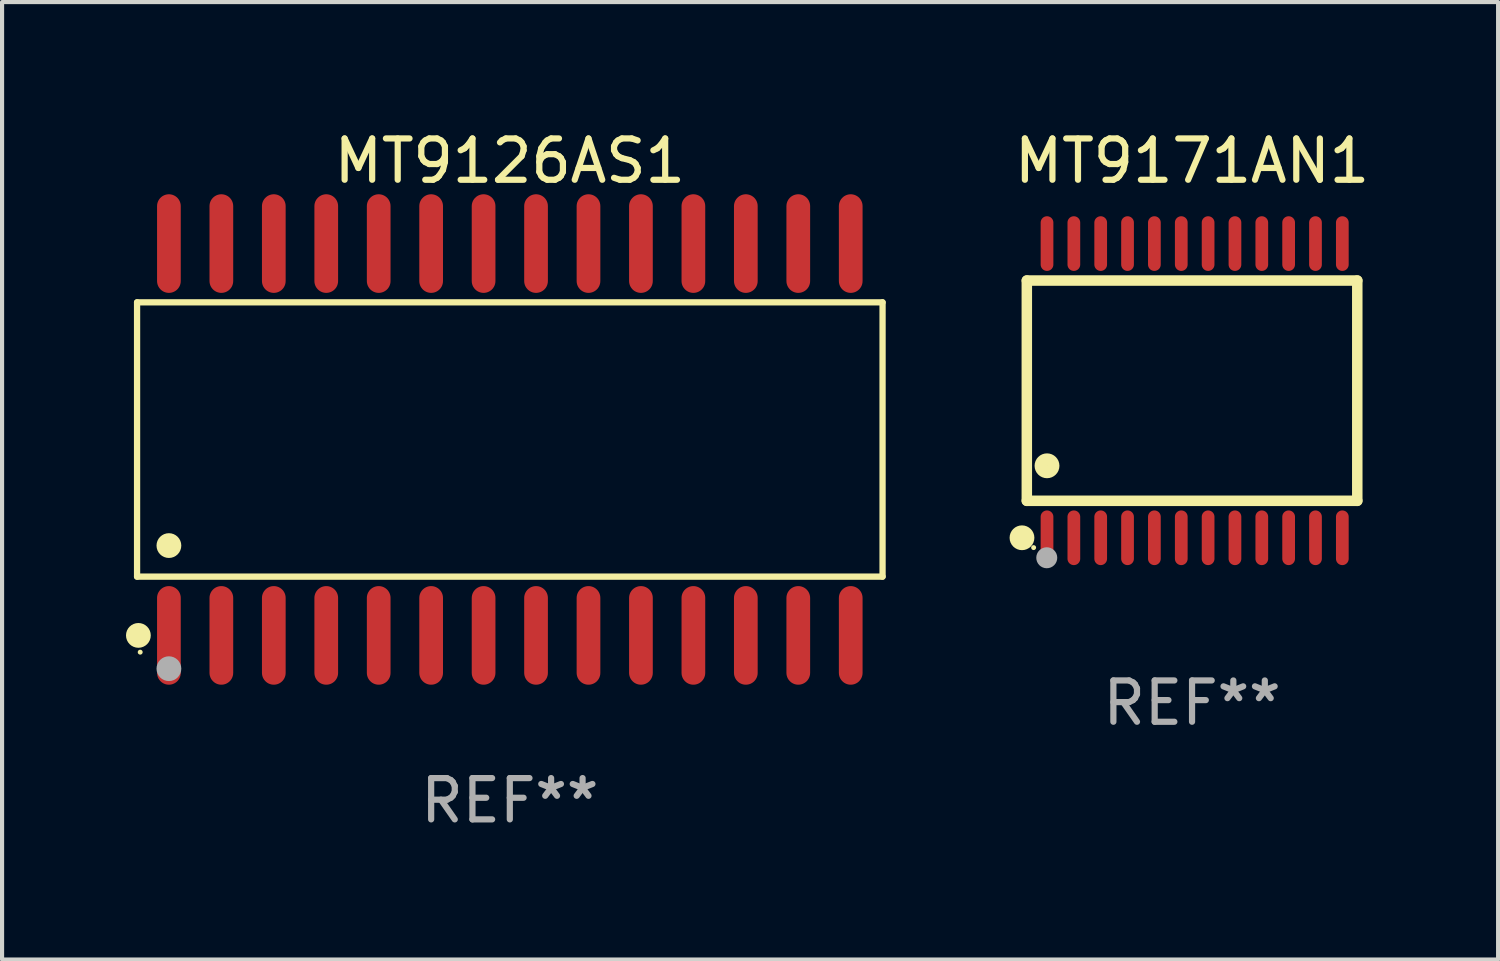
<source format=kicad_pcb>
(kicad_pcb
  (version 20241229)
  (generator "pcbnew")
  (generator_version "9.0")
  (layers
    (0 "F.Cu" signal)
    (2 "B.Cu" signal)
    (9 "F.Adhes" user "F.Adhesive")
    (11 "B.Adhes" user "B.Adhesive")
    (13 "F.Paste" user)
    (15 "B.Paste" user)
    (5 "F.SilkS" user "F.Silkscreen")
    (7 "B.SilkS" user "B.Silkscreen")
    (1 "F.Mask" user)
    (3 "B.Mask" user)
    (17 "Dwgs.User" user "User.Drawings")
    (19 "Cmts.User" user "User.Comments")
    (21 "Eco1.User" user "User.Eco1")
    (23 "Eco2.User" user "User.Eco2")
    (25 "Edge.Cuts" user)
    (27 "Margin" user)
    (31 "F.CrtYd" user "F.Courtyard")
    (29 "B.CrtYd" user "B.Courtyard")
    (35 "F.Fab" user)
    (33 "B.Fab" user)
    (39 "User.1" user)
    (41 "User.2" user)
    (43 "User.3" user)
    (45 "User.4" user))
  (footprint "MT9171AN1"
    (layer "F.Cu")
    (at 25.815 6.41)
    (property "Reference" "MT9171AN1" (at 0 -5.562 0) (layer "F.SilkS") (effects (font (size 1 1) (thickness 0.15))))
    (attr through_hole)
    (fp_line (start -4.001 -2.667) (end -4.001 2.667) (stroke (width 0.254) (type solid)) (layer "F.SilkS"))
    (fp_line (start -4.001 2.667) (end 4.001 2.667) (stroke (width 0.254) (type solid)) (layer "F.SilkS"))
    (fp_line (start 4.001 -2.667) (end -4.001 -2.667) (stroke (width 0.254) (type solid)) (layer "F.SilkS"))
    (fp_line (start 4.001 2.667) (end 4.001 -2.667) (stroke (width 0.254) (type solid)) (layer "F.SilkS"))
    (fp_circle (center -4.118 3.562) (end -3.968 3.562) (stroke (width 0.3) (type solid)) (fill no) (layer "F.SilkS"))
    (fp_circle (center -3.836 3.8) (end -3.806 3.8) (stroke (width 0.06) (type solid)) (fill no) (layer "F.SilkS"))
    (fp_circle (center -3.512 1.819) (end -3.361 1.819) (stroke (width 0.3) (type solid)) (fill no) (layer "F.SilkS"))
    (fp_circle (center -3.518 4.046) (end -3.391 4.046) (stroke (width 0.254) (type solid)) (fill no) (layer "F.Fab"))
    (fp_text user "REF**" (at 0 7.562 0) (layer "F.Fab") (effects (font (size 1 1) (thickness 0.15))))
    (pad "1" smd oval (at -3.512 3.562) (size 0.308 1.324) (layers "F.Cu" "F.Mask" "F.Paste"))
    (pad "2" smd oval (at -2.862 3.562) (size 0.308 1.324) (layers "F.Cu" "F.Mask" "F.Paste"))
    (pad "3" smd oval (at -2.212 3.562) (size 0.308 1.324) (layers "F.Cu" "F.Mask" "F.Paste"))
    (pad "4" smd oval (at -1.562 3.562) (size 0.308 1.324) (layers "F.Cu" "F.Mask" "F.Paste"))
    (pad "5" smd oval (at -0.912 3.562) (size 0.308 1.324) (layers "F.Cu" "F.Mask" "F.Paste"))
    (pad "6" smd oval (at -0.261 3.562) (size 0.308 1.324) (layers "F.Cu" "F.Mask" "F.Paste"))
    (pad "7" smd oval (at 0.389 3.562) (size 0.308 1.324) (layers "F.Cu" "F.Mask" "F.Paste"))
    (pad "8" smd oval (at 1.039 3.562) (size 0.308 1.324) (layers "F.Cu" "F.Mask" "F.Paste"))
    (pad "9" smd oval (at 1.689 3.562) (size 0.308 1.324) (layers "F.Cu" "F.Mask" "F.Paste"))
    (pad "10" smd oval (at 2.339 3.562) (size 0.308 1.324) (layers "F.Cu" "F.Mask" "F.Paste"))
    (pad "11" smd oval (at 2.989 3.562) (size 0.308 1.324) (layers "F.Cu" "F.Mask" "F.Paste"))
    (pad "12" smd oval (at 3.639 3.562) (size 0.308 1.324) (layers "F.Cu" "F.Mask" "F.Paste"))
    (pad "13" smd oval (at 3.639 -3.562) (size 0.308 1.324) (layers "F.Cu" "F.Mask" "F.Paste"))
    (pad "14" smd oval (at 2.989 -3.562) (size 0.308 1.324) (layers "F.Cu" "F.Mask" "F.Paste"))
    (pad "15" smd oval (at 2.339 -3.562) (size 0.308 1.324) (layers "F.Cu" "F.Mask" "F.Paste"))
    (pad "16" smd oval (at 1.689 -3.562) (size 0.308 1.324) (layers "F.Cu" "F.Mask" "F.Paste"))
    (pad "17" smd oval (at 1.039 -3.562) (size 0.308 1.324) (layers "F.Cu" "F.Mask" "F.Paste"))
    (pad "18" smd oval (at 0.389 -3.562) (size 0.308 1.324) (layers "F.Cu" "F.Mask" "F.Paste"))
    (pad "19" smd oval (at -0.261 -3.562) (size 0.308 1.324) (layers "F.Cu" "F.Mask" "F.Paste"))
    (pad "20" smd oval (at -0.912 -3.562) (size 0.308 1.324) (layers "F.Cu" "F.Mask" "F.Paste"))
    (pad "21" smd oval (at -1.562 -3.562) (size 0.308 1.324) (layers "F.Cu" "F.Mask" "F.Paste"))
    (pad "22" smd oval (at -2.212 -3.562) (size 0.308 1.324) (layers "F.Cu" "F.Mask" "F.Paste"))
    (pad "23" smd oval (at -2.862 -3.562) (size 0.308 1.324) (layers "F.Cu" "F.Mask" "F.Paste"))
    (pad "24" smd oval (at -3.512 -3.562) (size 0.308 1.324) (layers "F.Cu" "F.Mask" "F.Paste")))
  (footprint "MT9126AS1"
    (layer "F.Cu")
    (at 9.295 7.592)
    (property "Reference" "MT9126AS1" (at 0 -6.744 0) (layer "F.SilkS") (effects (font (size 1 1) (thickness 0.15))))
    (attr through_hole)
    (fp_line (start -9.026 -3.321) (end 9.026 -3.321) (stroke (width 0.152) (type solid)) (layer "F.SilkS"))
    (fp_line (start -9.026 3.321) (end -9.026 -3.321) (stroke (width 0.152) (type solid)) (layer "F.SilkS"))
    (fp_line (start 9.026 -3.321) (end 9.026 3.321) (stroke (width 0.152) (type solid)) (layer "F.SilkS"))
    (fp_line (start 9.026 3.321) (end -9.026 3.321) (stroke (width 0.152) (type solid)) (layer "F.SilkS"))
    (fp_circle (center -8.994 4.744) (end -8.844 4.744) (stroke (width 0.3) (type solid)) (fill no) (layer "F.SilkS"))
    (fp_circle (center -8.95 5.15) (end -8.92 5.15) (stroke (width 0.06) (type solid)) (fill no) (layer "F.SilkS"))
    (fp_circle (center -8.255 2.569) (end -8.105 2.569) (stroke (width 0.3) (type solid)) (fill no) (layer "F.SilkS"))
    (fp_circle (center -8.255 5.55) (end -8.105 5.55) (stroke (width 0.3) (type solid)) (fill no) (layer "F.Fab"))
    (fp_text user "REF**" (at 0 8.744 0) (layer "F.Fab") (effects (font (size 1 1) (thickness 0.15))))
    (pad "1" smd oval (at -8.255 4.744) (size 0.574 2.388) (layers "F.Cu" "F.Mask" "F.Paste"))
    (pad "2" smd oval (at -6.985 4.744) (size 0.574 2.388) (layers "F.Cu" "F.Mask" "F.Paste"))
    (pad "3" smd oval (at -5.715 4.744) (size 0.574 2.388) (layers "F.Cu" "F.Mask" "F.Paste"))
    (pad "4" smd oval (at -4.445 4.744) (size 0.574 2.388) (layers "F.Cu" "F.Mask" "F.Paste"))
    (pad "5" smd oval (at -3.175 4.744) (size 0.574 2.388) (layers "F.Cu" "F.Mask" "F.Paste"))
    (pad "6" smd oval (at -1.905 4.744) (size 0.574 2.388) (layers "F.Cu" "F.Mask" "F.Paste"))
    (pad "7" smd oval (at -0.635 4.744) (size 0.574 2.388) (layers "F.Cu" "F.Mask" "F.Paste"))
    (pad "8" smd oval (at 0.635 4.744) (size 0.574 2.388) (layers "F.Cu" "F.Mask" "F.Paste"))
    (pad "9" smd oval (at 1.905 4.744) (size 0.574 2.388) (layers "F.Cu" "F.Mask" "F.Paste"))
    (pad "10" smd oval (at 3.175 4.744) (size 0.574 2.388) (layers "F.Cu" "F.Mask" "F.Paste"))
    (pad "11" smd oval (at 4.445 4.744) (size 0.574 2.388) (layers "F.Cu" "F.Mask" "F.Paste"))
    (pad "12" smd oval (at 5.715 4.744) (size 0.574 2.388) (layers "F.Cu" "F.Mask" "F.Paste"))
    (pad "13" smd oval (at 6.985 4.744) (size 0.574 2.388) (layers "F.Cu" "F.Mask" "F.Paste"))
    (pad "14" smd oval (at 8.255 4.744) (size 0.574 2.388) (layers "F.Cu" "F.Mask" "F.Paste"))
    (pad "15" smd oval (at 8.255 -4.744) (size 0.574 2.388) (layers "F.Cu" "F.Mask" "F.Paste"))
    (pad "16" smd oval (at 6.985 -4.744) (size 0.574 2.388) (layers "F.Cu" "F.Mask" "F.Paste"))
    (pad "17" smd oval (at 5.715 -4.744) (size 0.574 2.388) (layers "F.Cu" "F.Mask" "F.Paste"))
    (pad "18" smd oval (at 4.445 -4.744) (size 0.574 2.388) (layers "F.Cu" "F.Mask" "F.Paste"))
    (pad "19" smd oval (at 3.175 -4.744) (size 0.574 2.388) (layers "F.Cu" "F.Mask" "F.Paste"))
    (pad "20" smd oval (at 1.905 -4.744) (size 0.574 2.388) (layers "F.Cu" "F.Mask" "F.Paste"))
    (pad "21" smd oval (at 0.635 -4.744) (size 0.574 2.388) (layers "F.Cu" "F.Mask" "F.Paste"))
    (pad "22" smd oval (at -0.635 -4.744) (size 0.574 2.388) (layers "F.Cu" "F.Mask" "F.Paste"))
    (pad "23" smd oval (at -1.905 -4.744) (size 0.574 2.388) (layers "F.Cu" "F.Mask" "F.Paste"))
    (pad "24" smd oval (at -3.175 -4.744) (size 0.574 2.388) (layers "F.Cu" "F.Mask" "F.Paste"))
    (pad "25" smd oval (at -4.445 -4.744) (size 0.574 2.388) (layers "F.Cu" "F.Mask" "F.Paste"))
    (pad "26" smd oval (at -5.715 -4.744) (size 0.574 2.388) (layers "F.Cu" "F.Mask" "F.Paste"))
    (pad "27" smd oval (at -6.985 -4.744) (size 0.574 2.388) (layers "F.Cu" "F.Mask" "F.Paste"))
    (pad "28" smd oval (at -8.255 -4.744) (size 0.574 2.388) (layers "F.Cu" "F.Mask" "F.Paste")))
  (gr_rect
    (start -3 -3)
    (end 33.226 20.184)
    (stroke (width 0.1) (type default))
    (fill no)
    (layer "Edge.Cuts")))
</source>
